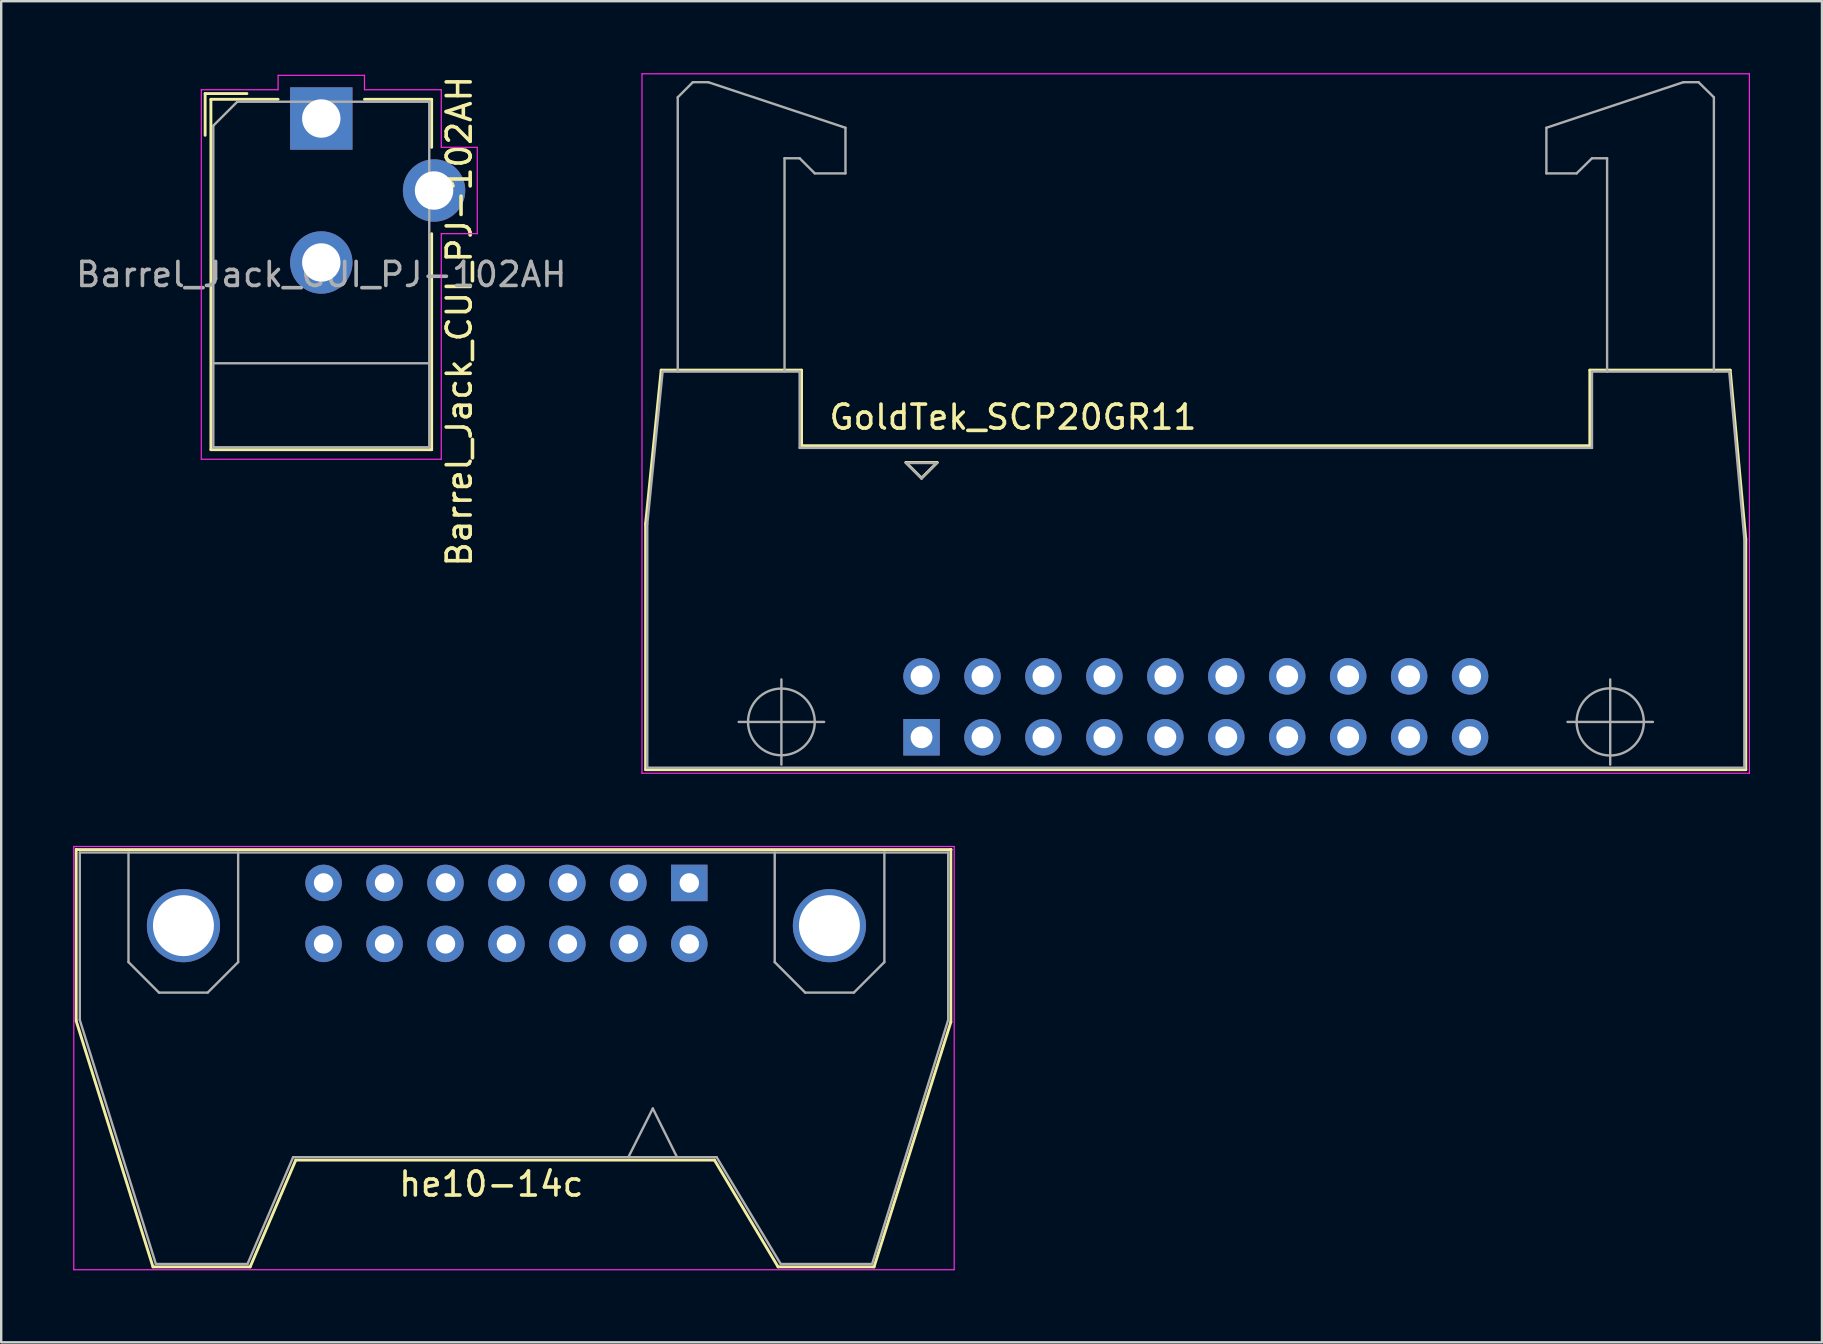
<source format=kicad_pcb>
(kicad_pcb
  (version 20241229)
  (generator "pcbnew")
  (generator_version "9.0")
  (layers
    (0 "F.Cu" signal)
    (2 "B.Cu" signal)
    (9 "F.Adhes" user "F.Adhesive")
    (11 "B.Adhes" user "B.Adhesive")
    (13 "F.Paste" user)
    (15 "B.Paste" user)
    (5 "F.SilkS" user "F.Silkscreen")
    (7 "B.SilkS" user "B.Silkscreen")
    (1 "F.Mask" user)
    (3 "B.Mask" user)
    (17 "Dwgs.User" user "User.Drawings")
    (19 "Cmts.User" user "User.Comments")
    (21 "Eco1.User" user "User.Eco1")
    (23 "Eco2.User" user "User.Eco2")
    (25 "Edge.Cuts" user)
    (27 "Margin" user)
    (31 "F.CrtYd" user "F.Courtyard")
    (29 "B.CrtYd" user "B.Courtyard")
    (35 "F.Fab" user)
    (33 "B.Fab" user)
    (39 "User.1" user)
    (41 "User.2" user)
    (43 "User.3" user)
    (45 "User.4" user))
  (footprint "GoldTek_SCP20GR11"
    (layer "F.Cu")
    (at 35.354 27.675)
    (property "Reference" "GoldTek_SCP20GR11" (at 3.81 -13.34 0) (layer "F.SilkS") (effects (font (size 1 1) (thickness 0.15))))
    (attr through_hole)
    (fp_line (start -11.5 -8.9) (end -10.85 -15.3) (stroke (width 0.12) (type solid)) (layer "F.SilkS"))
    (fp_line (start -11.5 1.35) (end -11.5 -8.9) (stroke (width 0.12) (type solid)) (layer "F.SilkS"))
    (fp_line (start -10.85 -15.3) (end -5 -15.3) (stroke (width 0.12) (type solid)) (layer "F.SilkS"))
    (fp_line (start -5 -15.3) (end -5 -12.15) (stroke (width 0.12) (type solid)) (layer "F.SilkS"))
    (fp_line (start -5 -12.15) (end 27.85 -12.15) (stroke (width 0.12) (type solid)) (layer "F.SilkS"))
    (fp_line (start -0.65 -11.45) (end 0 -10.8) (stroke (width 0.12) (type solid)) (layer "F.SilkS"))
    (fp_line (start 0 -10.8) (end 0.65 -11.45) (stroke (width 0.12) (type solid)) (layer "F.SilkS"))
    (fp_line (start 0.65 -11.45) (end -0.65 -11.45) (stroke (width 0.12) (type solid)) (layer "F.SilkS"))
    (fp_line (start 27.85 -15.3) (end 33.7 -15.3) (stroke (width 0.12) (type solid)) (layer "F.SilkS"))
    (fp_line (start 27.85 -12.15) (end 27.85 -15.3) (stroke (width 0.12) (type solid)) (layer "F.SilkS"))
    (fp_line (start 33.7 -15.3) (end 34.35 -8.25) (stroke (width 0.12) (type solid)) (layer "F.SilkS"))
    (fp_line (start 34.35 -8.25) (end 34.35 1.35) (stroke (width 0.12) (type solid)) (layer "F.SilkS"))
    (fp_line (start 34.35 1.35) (end -11.5 1.35) (stroke (width 0.12) (type solid)) (layer "F.SilkS"))
    (fp_line (start -11.65 -27.65) (end 34.5 -27.65) (stroke (width 0.05) (type solid)) (layer "F.CrtYd"))
    (fp_line (start -11.65 1.5) (end -11.65 -27.65) (stroke (width 0.05) (type solid)) (layer "F.CrtYd"))
    (fp_line (start 34.5 -27.65) (end 34.5 1.5) (stroke (width 0.05) (type solid)) (layer "F.CrtYd"))
    (fp_line (start 34.5 1.5) (end -11.65 1.5) (stroke (width 0.05) (type solid)) (layer "F.CrtYd"))
    (fp_line (start -11.43 -8.89) (end -10.79 -15.24) (stroke (width 0.1) (type solid)) (layer "F.Fab"))
    (fp_line (start -11.43 1.27) (end -11.43 -8.89) (stroke (width 0.1) (type solid)) (layer "F.Fab"))
    (fp_line (start -11.43 1.27) (end 34.29 1.27) (stroke (width 0.1) (type solid)) (layer "F.Fab"))
    (fp_line (start -10.79 -15.24) (end -5.08 -15.24) (stroke (width 0.1) (type solid)) (layer "F.Fab"))
    (fp_line (start -10.16 -26.67) (end -9.53 -27.3) (stroke (width 0.1) (type solid)) (layer "F.Fab"))
    (fp_line (start -10.16 -15.24) (end -10.16 -26.67) (stroke (width 0.1) (type solid)) (layer "F.Fab"))
    (fp_line (start -9.53 -27.3) (end -8.89 -27.3) (stroke (width 0.1) (type solid)) (layer "F.Fab"))
    (fp_line (start -8.89 -27.3) (end -3.17 -25.4) (stroke (width 0.1) (type solid)) (layer "F.Fab"))
    (fp_line (start -7.62 -0.64) (end -4.06 -0.64) (stroke (width 0.1) (type solid)) (layer "F.Fab"))
    (fp_line (start -5.84 -2.41) (end -5.84 1.14) (stroke (width 0.1) (type solid)) (layer "F.Fab"))
    (fp_line (start -5.71 -24.13) (end -5.71 -15.24) (stroke (width 0.1) (type solid)) (layer "F.Fab"))
    (fp_line (start -5.08 -24.13) (end -5.71 -24.13) (stroke (width 0.1) (type solid)) (layer "F.Fab"))
    (fp_line (start -5.08 -15.24) (end -5.08 -12.06) (stroke (width 0.1) (type solid)) (layer "F.Fab"))
    (fp_line (start -4.45 -23.5) (end -5.08 -24.13) (stroke (width 0.1) (type solid)) (layer "F.Fab"))
    (fp_line (start -3.17 -25.4) (end -3.17 -23.5) (stroke (width 0.1) (type solid)) (layer "F.Fab"))
    (fp_line (start -3.17 -23.5) (end -4.45 -23.5) (stroke (width 0.1) (type solid)) (layer "F.Fab"))
    (fp_line (start -0.64 -11.43) (end 0.64 -11.43) (stroke (width 0.1) (type solid)) (layer "F.Fab"))
    (fp_line (start 0 -10.79) (end -0.64 -11.43) (stroke (width 0.1) (type solid)) (layer "F.Fab"))
    (fp_line (start 0.64 -11.43) (end 0 -10.79) (stroke (width 0.1) (type solid)) (layer "F.Fab"))
    (fp_line (start 26.04 -25.4) (end 26.04 -23.5) (stroke (width 0.1) (type solid)) (layer "F.Fab"))
    (fp_line (start 26.04 -23.5) (end 27.3 -23.5) (stroke (width 0.1) (type solid)) (layer "F.Fab"))
    (fp_line (start 26.92 -0.64) (end 30.48 -0.64) (stroke (width 0.1) (type solid)) (layer "F.Fab"))
    (fp_line (start 27.3 -23.5) (end 27.94 -24.13) (stroke (width 0.1) (type solid)) (layer "F.Fab"))
    (fp_line (start 27.94 -24.13) (end 28.57 -24.13) (stroke (width 0.1) (type solid)) (layer "F.Fab"))
    (fp_line (start 27.94 -15.24) (end 27.94 -12.06) (stroke (width 0.1) (type solid)) (layer "F.Fab"))
    (fp_line (start 27.94 -12.06) (end -5.08 -12.06) (stroke (width 0.1) (type solid)) (layer "F.Fab"))
    (fp_line (start 28.57 -24.13) (end 28.57 -15.24) (stroke (width 0.1) (type solid)) (layer "F.Fab"))
    (fp_line (start 28.7 -2.41) (end 28.7 1.14) (stroke (width 0.1) (type solid)) (layer "F.Fab"))
    (fp_line (start 31.75 -27.3) (end 26.04 -25.4) (stroke (width 0.1) (type solid)) (layer "F.Fab"))
    (fp_line (start 32.38 -27.3) (end 31.75 -27.3) (stroke (width 0.1) (type solid)) (layer "F.Fab"))
    (fp_line (start 33.02 -26.67) (end 32.38 -27.3) (stroke (width 0.1) (type solid)) (layer "F.Fab"))
    (fp_line (start 33.02 -15.24) (end 33.02 -26.67) (stroke (width 0.1) (type solid)) (layer "F.Fab"))
    (fp_line (start 33.66 -15.24) (end 27.94 -15.24) (stroke (width 0.1) (type solid)) (layer "F.Fab"))
    (fp_line (start 34.29 -8.26) (end 33.66 -15.24) (stroke (width 0.1) (type solid)) (layer "F.Fab"))
    (fp_line (start 34.29 1.27) (end 34.29 -8.26) (stroke (width 0.1) (type solid)) (layer "F.Fab"))
    (fp_circle (center -5.84 -0.64) (end -4.45 -0.64) (stroke (width 0.1) (type solid)) (fill no) (layer "F.Fab"))
    (fp_circle (center 28.7 -0.64) (end 30.1 -0.64) (stroke (width 0.1) (type solid)) (fill no) (layer "F.Fab"))
    (pad "1" thru_hole rect (at 0 0) (size 1.52 1.52) (drill 0.91) (layers "*.Cu" "*.Mask"))
    (pad "2" thru_hole circle (at 0 -2.54) (size 1.52 1.52) (drill 0.91) (layers "*.Cu" "*.Mask"))
    (pad "3" thru_hole circle (at 2.54 0) (size 1.52 1.52) (drill 0.91) (layers "*.Cu" "*.Mask"))
    (pad "4" thru_hole circle (at 2.54 -2.54) (size 1.52 1.52) (drill 0.91) (layers "*.Cu" "*.Mask"))
    (pad "5" thru_hole circle (at 5.08 0) (size 1.52 1.52) (drill 0.91) (layers "*.Cu" "*.Mask"))
    (pad "6" thru_hole circle (at 5.08 -2.54) (size 1.52 1.52) (drill 0.91) (layers "*.Cu" "*.Mask"))
    (pad "7" thru_hole circle (at 7.62 0) (size 1.52 1.52) (drill 0.91) (layers "*.Cu" "*.Mask"))
    (pad "8" thru_hole circle (at 7.62 -2.54) (size 1.52 1.52) (drill 0.91) (layers "*.Cu" "*.Mask"))
    (pad "9" thru_hole circle (at 10.16 0) (size 1.52 1.52) (drill 0.91) (layers "*.Cu" "*.Mask"))
    (pad "10" thru_hole circle (at 10.16 -2.54) (size 1.52 1.52) (drill 0.91) (layers "*.Cu" "*.Mask"))
    (pad "11" thru_hole circle (at 12.7 0) (size 1.52 1.52) (drill 0.91) (layers "*.Cu" "*.Mask"))
    (pad "12" thru_hole circle (at 12.7 -2.54) (size 1.52 1.52) (drill 0.91) (layers "*.Cu" "*.Mask"))
    (pad "13" thru_hole circle (at 15.24 0) (size 1.52 1.52) (drill 0.91) (layers "*.Cu" "*.Mask"))
    (pad "14" thru_hole circle (at 15.24 -2.54) (size 1.52 1.52) (drill 0.91) (layers "*.Cu" "*.Mask"))
    (pad "15" thru_hole circle (at 17.78 0) (size 1.52 1.52) (drill 0.91) (layers "*.Cu" "*.Mask"))
    (pad "16" thru_hole circle (at 17.78 -2.54) (size 1.52 1.52) (drill 0.91) (layers "*.Cu" "*.Mask"))
    (pad "17" thru_hole circle (at 20.32 0) (size 1.52 1.52) (drill 0.91) (layers "*.Cu" "*.Mask"))
    (pad "18" thru_hole circle (at 20.32 -2.54) (size 1.52 1.52) (drill 0.91) (layers "*.Cu" "*.Mask"))
    (pad "19" thru_hole circle (at 22.86 0) (size 1.52 1.52) (drill 0.91) (layers "*.Cu" "*.Mask"))
    (pad "20" thru_hole circle (at 22.86 -2.54) (size 1.52 1.52) (drill 0.91) (layers "*.Cu" "*.Mask")))
  (footprint "he10-14c"
    (layer "F.Cu")
    (at 25.675 33.745)
    (property "Reference" "he10-14c" (at -8.25 12.55 0) (layer "F.SilkS") (effects (font (size 1 1) (thickness 0.15))))
    (attr through_hole)
    (fp_line (start -25.55 -1.4) (end -25.55 5.75) (stroke (width 0.12) (type solid)) (layer "F.SilkS"))
    (fp_line (start -25.55 5.75) (end -22.35 16) (stroke (width 0.12) (type solid)) (layer "F.SilkS"))
    (fp_line (start -25.52 -1.39) (end 10.91 -1.39) (stroke (width 0.12) (type solid)) (layer "F.SilkS"))
    (fp_line (start -22.35 16) (end -18.3 16) (stroke (width 0.12) (type solid)) (layer "F.SilkS"))
    (fp_line (start -18.3 16) (end -16.4 11.55) (stroke (width 0.12) (type solid)) (layer "F.SilkS"))
    (fp_line (start -16.4 11.55) (end 1.05 11.55) (stroke (width 0.12) (type solid)) (layer "F.SilkS"))
    (fp_line (start 1.05 11.55) (end 3.7 16) (stroke (width 0.12) (type solid)) (layer "F.SilkS"))
    (fp_line (start 3.7 16) (end 7.7 16) (stroke (width 0.12) (type solid)) (layer "F.SilkS"))
    (fp_line (start 7.7 16) (end 10.9 5.8) (stroke (width 0.12) (type solid)) (layer "F.SilkS"))
    (fp_line (start 10.9 5.8) (end 10.9 -1.4) (stroke (width 0.12) (type solid)) (layer "F.SilkS"))
    (fp_line (start -25.65 -1.52) (end -25.65 16.12) (stroke (width 0.05) (type solid)) (layer "F.CrtYd"))
    (fp_line (start -25.65 -1.52) (end 11.04 -1.52) (stroke (width 0.05) (type solid)) (layer "F.CrtYd"))
    (fp_line (start 11.04 16.12) (end -25.65 16.12) (stroke (width 0.05) (type solid)) (layer "F.CrtYd"))
    (fp_line (start 11.04 16.12) (end 11.04 -1.52) (stroke (width 0.05) (type solid)) (layer "F.CrtYd"))
    (fp_line (start -25.4 -1.27) (end -25.4 5.71) (stroke (width 0.1) (type solid)) (layer "F.Fab"))
    (fp_line (start -25.4 -1.27) (end 10.79 -1.27) (stroke (width 0.1) (type solid)) (layer "F.Fab"))
    (fp_line (start -25.4 5.71) (end -22.23 15.88) (stroke (width 0.1) (type solid)) (layer "F.Fab"))
    (fp_line (start -23.37 3.3) (end -23.37 -1.27) (stroke (width 0.1) (type solid)) (layer "F.Fab"))
    (fp_line (start -22.23 15.88) (end -18.41 15.88) (stroke (width 0.1) (type solid)) (layer "F.Fab"))
    (fp_line (start -22.1 4.57) (end -23.37 3.3) (stroke (width 0.1) (type solid)) (layer "F.Fab"))
    (fp_line (start -20.07 4.57) (end -22.1 4.57) (stroke (width 0.1) (type solid)) (layer "F.Fab"))
    (fp_line (start -18.8 -1.27) (end -18.8 3.3) (stroke (width 0.1) (type solid)) (layer "F.Fab"))
    (fp_line (start -18.8 3.3) (end -20.07 4.57) (stroke (width 0.1) (type solid)) (layer "F.Fab"))
    (fp_line (start -18.41 15.88) (end -16.51 11.43) (stroke (width 0.1) (type solid)) (layer "F.Fab"))
    (fp_line (start -16.51 11.43) (end 1.14 11.43) (stroke (width 0.1) (type solid)) (layer "F.Fab"))
    (fp_line (start -1.52 9.4) (end -2.54 11.43) (stroke (width 0.1) (type solid)) (layer "F.Fab"))
    (fp_line (start -0.51 11.43) (end -1.52 9.4) (stroke (width 0.1) (type solid)) (layer "F.Fab"))
    (fp_line (start 3.56 3.3) (end 3.56 -1.27) (stroke (width 0.1) (type solid)) (layer "F.Fab"))
    (fp_line (start 3.81 15.88) (end 1.14 11.43) (stroke (width 0.1) (type solid)) (layer "F.Fab"))
    (fp_line (start 4.83 4.57) (end 3.56 3.3) (stroke (width 0.1) (type solid)) (layer "F.Fab"))
    (fp_line (start 6.86 4.57) (end 4.83 4.57) (stroke (width 0.1) (type solid)) (layer "F.Fab"))
    (fp_line (start 7.62 15.88) (end 3.81 15.88) (stroke (width 0.1) (type solid)) (layer "F.Fab"))
    (fp_line (start 8.13 -1.27) (end 8.13 3.3) (stroke (width 0.1) (type solid)) (layer "F.Fab"))
    (fp_line (start 8.13 3.3) (end 6.86 4.57) (stroke (width 0.1) (type solid)) (layer "F.Fab"))
    (fp_line (start 10.79 -1.27) (end 10.79 5.71) (stroke (width 0.1) (type solid)) (layer "F.Fab"))
    (fp_line (start 10.79 5.71) (end 7.62 15.88) (stroke (width 0.1) (type solid)) (layer "F.Fab"))
    (pad "0" thru_hole circle (at -21.08 1.78) (size 3.05 3.05) (drill 2.54) (layers "*.Cu" "*.Mask"))
    (pad "0" thru_hole circle (at 5.84 1.78) (size 3.05 3.05) (drill 2.54) (layers "*.Cu" "*.Mask"))
    (pad "1" thru_hole rect (at 0 0) (size 1.52 1.52) (drill 0.81) (layers "*.Cu" "*.Mask"))
    (pad "2" thru_hole circle (at 0 2.54) (size 1.52 1.52) (drill 0.81) (layers "*.Cu" "*.Mask"))
    (pad "3" thru_hole circle (at -2.54 0) (size 1.52 1.52) (drill 0.81) (layers "*.Cu" "*.Mask"))
    (pad "4" thru_hole circle (at -2.54 2.54) (size 1.52 1.52) (drill 0.81) (layers "*.Cu" "*.Mask"))
    (pad "5" thru_hole circle (at -5.08 0) (size 1.52 1.52) (drill 0.81) (layers "*.Cu" "*.Mask"))
    (pad "6" thru_hole circle (at -7.62 2.54) (size 1.52 1.52) (drill 0.81) (layers "*.Cu" "*.Mask"))
    (pad "7" thru_hole circle (at -7.62 0) (size 1.52 1.52) (drill 0.81) (layers "*.Cu" "*.Mask"))
    (pad "8" thru_hole circle (at -5.08 2.54) (size 1.52 1.52) (drill 0.81) (layers "*.Cu" "*.Mask"))
    (pad "9" thru_hole circle (at -10.16 0) (size 1.52 1.52) (drill 0.81) (layers "*.Cu" "*.Mask"))
    (pad "10" thru_hole circle (at -10.16 2.54) (size 1.52 1.52) (drill 0.81) (layers "*.Cu" "*.Mask"))
    (pad "11" thru_hole circle (at -12.7 0) (size 1.52 1.52) (drill 0.81) (layers "*.Cu" "*.Mask"))
    (pad "12" thru_hole circle (at -12.7 2.54) (size 1.52 1.52) (drill 0.81) (layers "*.Cu" "*.Mask"))
    (pad "13" thru_hole circle (at -15.24 0) (size 1.52 1.52) (drill 0.81) (layers "*.Cu" "*.Mask"))
    (pad "14" thru_hole circle (at -15.24 2.54) (size 1.52 1.52) (drill 0.81) (layers "*.Cu" "*.Mask")))
  (footprint "Barrel_Jack_CUI_PJ-102AH"
    (layer "F.Cu")
    (at 10.339 1.889)
    (property "Reference" "Barrel_Jack_CUI_PJ-102AH" (at 5.75 8.45 90) (layer "F.SilkS") (effects (font (size 1 1) (thickness 0.15))))
    (attr through_hole)
    (fp_line (start -4.84 -1.04) (end -3.1 -1.04) (stroke (width 0.12) (type solid)) (layer "F.SilkS"))
    (fp_line (start -4.84 0.7) (end -4.84 -1.04) (stroke (width 0.12) (type solid)) (layer "F.SilkS"))
    (fp_line (start -4.6 -0.8) (end -1.8 -0.8) (stroke (width 0.12) (type solid)) (layer "F.SilkS"))
    (fp_line (start -4.6 13.8) (end -4.6 -0.8) (stroke (width 0.12) (type solid)) (layer "F.SilkS"))
    (fp_line (start 1.8 -0.8) (end 4.6 -0.8) (stroke (width 0.12) (type solid)) (layer "F.SilkS"))
    (fp_line (start 4.6 -0.8) (end 4.6 1.2) (stroke (width 0.12) (type solid)) (layer "F.SilkS"))
    (fp_line (start 4.6 4.8) (end 4.6 13.8) (stroke (width 0.12) (type solid)) (layer "F.SilkS"))
    (fp_line (start 4.6 13.8) (end -4.6 13.8) (stroke (width 0.12) (type solid)) (layer "F.SilkS"))
    (fp_line (start -5 -1.2) (end -1.8 -1.2) (stroke (width 0.05) (type solid)) (layer "F.CrtYd"))
    (fp_line (start -5 14.2) (end -5 -1.2) (stroke (width 0.05) (type solid)) (layer "F.CrtYd"))
    (fp_line (start -1.8 -1.8) (end 1.8 -1.8) (stroke (width 0.05) (type solid)) (layer "F.CrtYd"))
    (fp_line (start -1.8 -1.2) (end -1.8 -1.8) (stroke (width 0.05) (type solid)) (layer "F.CrtYd"))
    (fp_line (start 1.8 -1.8) (end 1.8 -1.2) (stroke (width 0.05) (type solid)) (layer "F.CrtYd"))
    (fp_line (start 1.8 -1.2) (end 5 -1.2) (stroke (width 0.05) (type solid)) (layer "F.CrtYd"))
    (fp_line (start 5 -1.2) (end 5 1.2) (stroke (width 0.05) (type solid)) (layer "F.CrtYd"))
    (fp_line (start 5 1.2) (end 6.5 1.2) (stroke (width 0.05) (type solid)) (layer "F.CrtYd"))
    (fp_line (start 5 4.8) (end 5 14.2) (stroke (width 0.05) (type solid)) (layer "F.CrtYd"))
    (fp_line (start 5 14.2) (end -5 14.2) (stroke (width 0.05) (type solid)) (layer "F.CrtYd"))
    (fp_line (start 6.5 1.2) (end 6.5 4.8) (stroke (width 0.05) (type solid)) (layer "F.CrtYd"))
    (fp_line (start 6.5 4.8) (end 5 4.8) (stroke (width 0.05) (type solid)) (layer "F.CrtYd"))
    (fp_line (start -4.5 0.3) (end -3.5 -0.7) (stroke (width 0.1) (type solid)) (layer "F.Fab"))
    (fp_line (start -4.5 10.2) (end 4.5 10.2) (stroke (width 0.1) (type solid)) (layer "F.Fab"))
    (fp_line (start -4.5 13.7) (end -4.5 0.3) (stroke (width 0.1) (type solid)) (layer "F.Fab"))
    (fp_line (start -3.5 -0.7) (end 4.5 -0.7) (stroke (width 0.1) (type solid)) (layer "F.Fab"))
    (fp_line (start 4.5 -0.7) (end 4.5 13.7) (stroke (width 0.1) (type solid)) (layer "F.Fab"))
    (fp_line (start 4.5 13.7) (end -4.5 13.7) (stroke (width 0.1) (type solid)) (layer "F.Fab"))
    (fp_text user "${REFERENCE}" (at 0 6.5 0) (layer "F.Fab") (effects (font (size 1 1) (thickness 0.15))))
    (pad "1" thru_hole rect (at 0 0) (size 2.6 2.6) (drill 1.6) (layers "*.Cu" "*.Mask"))
    (pad "2" thru_hole circle (at 0 6) (size 2.6 2.6) (drill 1.6) (layers "*.Cu" "*.Mask"))
    (pad "3" thru_hole circle (at 4.7 3) (size 2.6 2.6) (drill 1.6) (layers "*.Cu" "*.Mask")))
  (gr_rect
    (start -3 -3)
    (end 72.879 52.89)
    (stroke (width 0.1) (type default))
    (fill no)
    (layer "Edge.Cuts")))
</source>
